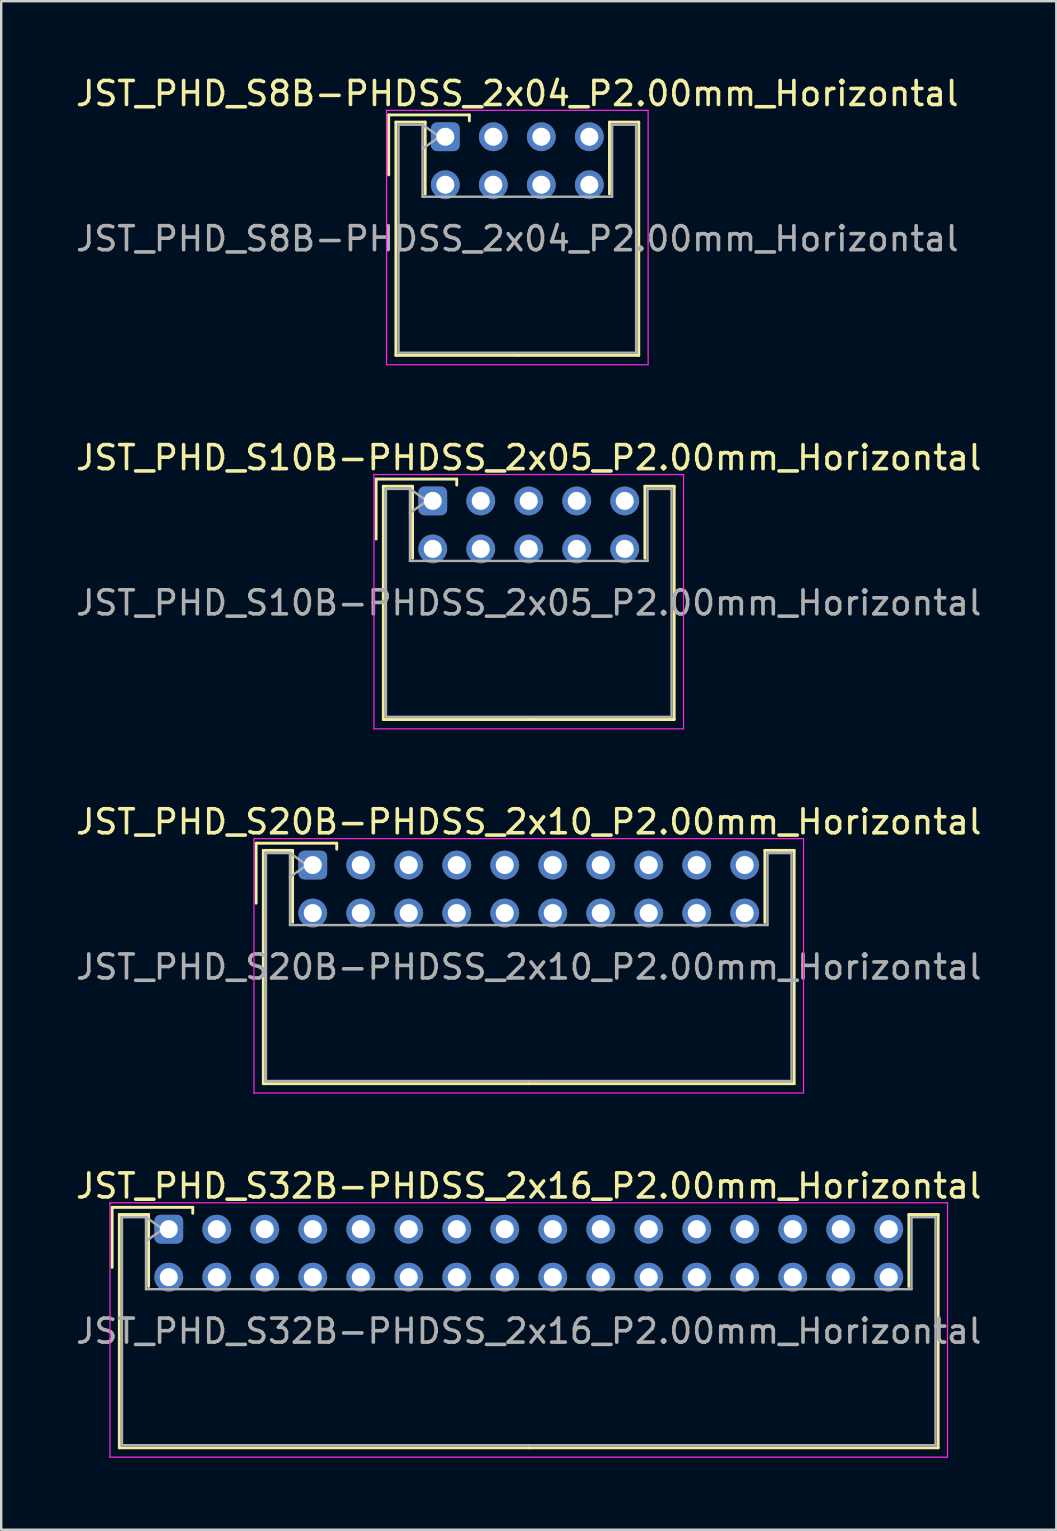
<source format=kicad_pcb>
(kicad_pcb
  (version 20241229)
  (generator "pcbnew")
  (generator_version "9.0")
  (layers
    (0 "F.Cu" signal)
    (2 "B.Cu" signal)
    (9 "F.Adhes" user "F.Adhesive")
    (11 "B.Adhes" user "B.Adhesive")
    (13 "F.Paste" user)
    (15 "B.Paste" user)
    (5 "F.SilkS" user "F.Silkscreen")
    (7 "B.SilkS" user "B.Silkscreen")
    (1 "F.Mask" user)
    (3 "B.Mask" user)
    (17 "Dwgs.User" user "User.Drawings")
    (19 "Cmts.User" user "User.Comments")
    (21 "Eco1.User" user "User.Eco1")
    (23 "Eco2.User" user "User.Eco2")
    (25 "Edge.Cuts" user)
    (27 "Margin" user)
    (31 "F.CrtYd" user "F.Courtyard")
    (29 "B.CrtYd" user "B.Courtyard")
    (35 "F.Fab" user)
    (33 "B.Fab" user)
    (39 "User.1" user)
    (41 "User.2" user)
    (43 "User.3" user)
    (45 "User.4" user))
  (footprint "JST_PHD_S10B-PHDSS_2x05_P2.00mm_Horizontal"
    (layer "F.Cu")
    (at 14.982 17.822)
    (property "Reference" "JST_PHD_S10B-PHDSS_2x05_P2.00mm_Horizontal" (at 4 -1.8 0) (layer "F.SilkS") (effects (font (size 1 1) (thickness 0.15))))
    (attr through_hole)
    (fp_line (start -2.36 -0.91) (end -2.36 1.59) (stroke (width 0.12) (type solid)) (layer "F.SilkS"))
    (fp_line (start -2.06 -0.61) (end -2.06 9.11) (stroke (width 0.12) (type solid)) (layer "F.SilkS"))
    (fp_line (start -2.06 9.11) (end 4 9.11) (stroke (width 0.12) (type solid)) (layer "F.SilkS"))
    (fp_line (start -0.84 -0.61) (end -2.06 -0.61) (stroke (width 0.12) (type solid)) (layer "F.SilkS"))
    (fp_line (start -0.84 2.39) (end -0.84 -0.61) (stroke (width 0.12) (type solid)) (layer "F.SilkS"))
    (fp_line (start 1 -0.91) (end -2.36 -0.91) (stroke (width 0.12) (type solid)) (layer "F.SilkS"))
    (fp_line (start 1 -0.66) (end 1 -0.91) (stroke (width 0.12) (type solid)) (layer "F.SilkS"))
    (fp_line (start 8.84 -0.61) (end 10.06 -0.61) (stroke (width 0.12) (type solid)) (layer "F.SilkS"))
    (fp_line (start 8.84 2.39) (end 8.84 -0.61) (stroke (width 0.12) (type solid)) (layer "F.SilkS"))
    (fp_line (start 10.06 -0.61) (end 10.06 9.11) (stroke (width 0.12) (type solid)) (layer "F.SilkS"))
    (fp_line (start 10.06 9.11) (end 4 9.11) (stroke (width 0.12) (type solid)) (layer "F.SilkS"))
    (fp_line (start -2.45 -1.1) (end -2.45 9.5) (stroke (width 0.05) (type solid)) (layer "F.CrtYd"))
    (fp_line (start -2.45 9.5) (end 10.45 9.5) (stroke (width 0.05) (type solid)) (layer "F.CrtYd"))
    (fp_line (start 10.45 -1.1) (end -2.45 -1.1) (stroke (width 0.05) (type solid)) (layer "F.CrtYd"))
    (fp_line (start 10.45 9.5) (end 10.45 -1.1) (stroke (width 0.05) (type solid)) (layer "F.CrtYd"))
    (fp_line (start -1.95 -0.5) (end -0.95 -0.5) (stroke (width 0.1) (type solid)) (layer "F.Fab"))
    (fp_line (start -1.95 9) (end -1.95 -0.5) (stroke (width 0.1) (type solid)) (layer "F.Fab"))
    (fp_line (start -0.95 -0.5) (end -0.95 2.5) (stroke (width 0.1) (type solid)) (layer "F.Fab"))
    (fp_line (start -0.95 -0.5) (end -0.243 0) (stroke (width 0.1) (type solid)) (layer "F.Fab"))
    (fp_line (start -0.95 2.5) (end 8.95 2.5) (stroke (width 0.1) (type solid)) (layer "F.Fab"))
    (fp_line (start -0.243 0) (end -0.95 0.5) (stroke (width 0.1) (type solid)) (layer "F.Fab"))
    (fp_line (start 8.95 -0.5) (end 9.95 -0.5) (stroke (width 0.1) (type solid)) (layer "F.Fab"))
    (fp_line (start 8.95 2.5) (end 8.95 -0.5) (stroke (width 0.1) (type solid)) (layer "F.Fab"))
    (fp_line (start 9.95 -0.5) (end 9.95 9) (stroke (width 0.1) (type solid)) (layer "F.Fab"))
    (fp_line (start 9.95 9) (end -1.95 9) (stroke (width 0.1) (type solid)) (layer "F.Fab"))
    (fp_text user "${REFERENCE}" (at 4 4.25 0) (layer "F.Fab") (effects (font (size 1 1) (thickness 0.15))))
    (pad "1" thru_hole roundrect (at 0 0) (size 1.2 1.2) (drill 0.75) (layers "*.Cu" "*.Mask") (roundrect_rratio 0.208))
    (pad "2" thru_hole circle (at 0 2) (size 1.2 1.2) (drill 0.75) (layers "*.Cu" "*.Mask"))
    (pad "3" thru_hole circle (at 2 0) (size 1.2 1.2) (drill 0.75) (layers "*.Cu" "*.Mask"))
    (pad "4" thru_hole circle (at 2 2) (size 1.2 1.2) (drill 0.75) (layers "*.Cu" "*.Mask"))
    (pad "5" thru_hole circle (at 4 0) (size 1.2 1.2) (drill 0.75) (layers "*.Cu" "*.Mask"))
    (pad "6" thru_hole circle (at 4 2) (size 1.2 1.2) (drill 0.75) (layers "*.Cu" "*.Mask"))
    (pad "7" thru_hole circle (at 6 0) (size 1.2 1.2) (drill 0.75) (layers "*.Cu" "*.Mask"))
    (pad "8" thru_hole circle (at 6 2) (size 1.2 1.2) (drill 0.75) (layers "*.Cu" "*.Mask"))
    (pad "9" thru_hole circle (at 8 0) (size 1.2 1.2) (drill 0.75) (layers "*.Cu" "*.Mask"))
    (pad "10" thru_hole circle (at 8 2) (size 1.2 1.2) (drill 0.75) (layers "*.Cu" "*.Mask")))
  (footprint "JST_PHD_S32B-PHDSS_2x16_P2.00mm_Horizontal"
    (layer "F.Cu")
    (at 3.982 48.168)
    (property "Reference" "JST_PHD_S32B-PHDSS_2x16_P2.00mm_Horizontal" (at 15 -1.8 0) (layer "F.SilkS") (effects (font (size 1 1) (thickness 0.15))))
    (attr through_hole)
    (fp_line (start -2.36 -0.91) (end -2.36 1.59) (stroke (width 0.12) (type solid)) (layer "F.SilkS"))
    (fp_line (start -2.06 -0.61) (end -2.06 9.11) (stroke (width 0.12) (type solid)) (layer "F.SilkS"))
    (fp_line (start -2.06 9.11) (end 15 9.11) (stroke (width 0.12) (type solid)) (layer "F.SilkS"))
    (fp_line (start -0.84 -0.61) (end -2.06 -0.61) (stroke (width 0.12) (type solid)) (layer "F.SilkS"))
    (fp_line (start -0.84 2.39) (end -0.84 -0.61) (stroke (width 0.12) (type solid)) (layer "F.SilkS"))
    (fp_line (start 1 -0.91) (end -2.36 -0.91) (stroke (width 0.12) (type solid)) (layer "F.SilkS"))
    (fp_line (start 1 -0.66) (end 1 -0.91) (stroke (width 0.12) (type solid)) (layer "F.SilkS"))
    (fp_line (start 30.84 -0.61) (end 32.06 -0.61) (stroke (width 0.12) (type solid)) (layer "F.SilkS"))
    (fp_line (start 30.84 2.39) (end 30.84 -0.61) (stroke (width 0.12) (type solid)) (layer "F.SilkS"))
    (fp_line (start 32.06 -0.61) (end 32.06 9.11) (stroke (width 0.12) (type solid)) (layer "F.SilkS"))
    (fp_line (start 32.06 9.11) (end 15 9.11) (stroke (width 0.12) (type solid)) (layer "F.SilkS"))
    (fp_line (start -2.45 -1.1) (end -2.45 9.5) (stroke (width 0.05) (type solid)) (layer "F.CrtYd"))
    (fp_line (start -2.45 9.5) (end 32.45 9.5) (stroke (width 0.05) (type solid)) (layer "F.CrtYd"))
    (fp_line (start 32.45 -1.1) (end -2.45 -1.1) (stroke (width 0.05) (type solid)) (layer "F.CrtYd"))
    (fp_line (start 32.45 9.5) (end 32.45 -1.1) (stroke (width 0.05) (type solid)) (layer "F.CrtYd"))
    (fp_line (start -1.95 -0.5) (end -0.95 -0.5) (stroke (width 0.1) (type solid)) (layer "F.Fab"))
    (fp_line (start -1.95 9) (end -1.95 -0.5) (stroke (width 0.1) (type solid)) (layer "F.Fab"))
    (fp_line (start -0.95 -0.5) (end -0.95 2.5) (stroke (width 0.1) (type solid)) (layer "F.Fab"))
    (fp_line (start -0.95 -0.5) (end -0.243 0) (stroke (width 0.1) (type solid)) (layer "F.Fab"))
    (fp_line (start -0.95 2.5) (end 30.95 2.5) (stroke (width 0.1) (type solid)) (layer "F.Fab"))
    (fp_line (start -0.243 0) (end -0.95 0.5) (stroke (width 0.1) (type solid)) (layer "F.Fab"))
    (fp_line (start 30.95 -0.5) (end 31.95 -0.5) (stroke (width 0.1) (type solid)) (layer "F.Fab"))
    (fp_line (start 30.95 2.5) (end 30.95 -0.5) (stroke (width 0.1) (type solid)) (layer "F.Fab"))
    (fp_line (start 31.95 -0.5) (end 31.95 9) (stroke (width 0.1) (type solid)) (layer "F.Fab"))
    (fp_line (start 31.95 9) (end -1.95 9) (stroke (width 0.1) (type solid)) (layer "F.Fab"))
    (fp_text user "${REFERENCE}" (at 15 4.25 0) (layer "F.Fab") (effects (font (size 1 1) (thickness 0.15))))
    (pad "1" thru_hole roundrect (at 0 0) (size 1.2 1.2) (drill 0.75) (layers "*.Cu" "*.Mask") (roundrect_rratio 0.208))
    (pad "2" thru_hole circle (at 0 2) (size 1.2 1.2) (drill 0.75) (layers "*.Cu" "*.Mask"))
    (pad "3" thru_hole circle (at 2 0) (size 1.2 1.2) (drill 0.75) (layers "*.Cu" "*.Mask"))
    (pad "4" thru_hole circle (at 2 2) (size 1.2 1.2) (drill 0.75) (layers "*.Cu" "*.Mask"))
    (pad "5" thru_hole circle (at 4 0) (size 1.2 1.2) (drill 0.75) (layers "*.Cu" "*.Mask"))
    (pad "6" thru_hole circle (at 4 2) (size 1.2 1.2) (drill 0.75) (layers "*.Cu" "*.Mask"))
    (pad "7" thru_hole circle (at 6 0) (size 1.2 1.2) (drill 0.75) (layers "*.Cu" "*.Mask"))
    (pad "8" thru_hole circle (at 6 2) (size 1.2 1.2) (drill 0.75) (layers "*.Cu" "*.Mask"))
    (pad "9" thru_hole circle (at 8 0) (size 1.2 1.2) (drill 0.75) (layers "*.Cu" "*.Mask"))
    (pad "10" thru_hole circle (at 8 2) (size 1.2 1.2) (drill 0.75) (layers "*.Cu" "*.Mask"))
    (pad "11" thru_hole circle (at 10 0) (size 1.2 1.2) (drill 0.75) (layers "*.Cu" "*.Mask"))
    (pad "12" thru_hole circle (at 10 2) (size 1.2 1.2) (drill 0.75) (layers "*.Cu" "*.Mask"))
    (pad "13" thru_hole circle (at 12 0) (size 1.2 1.2) (drill 0.75) (layers "*.Cu" "*.Mask"))
    (pad "14" thru_hole circle (at 12 2) (size 1.2 1.2) (drill 0.75) (layers "*.Cu" "*.Mask"))
    (pad "15" thru_hole circle (at 14 0) (size 1.2 1.2) (drill 0.75) (layers "*.Cu" "*.Mask"))
    (pad "16" thru_hole circle (at 14 2) (size 1.2 1.2) (drill 0.75) (layers "*.Cu" "*.Mask"))
    (pad "17" thru_hole circle (at 16 0) (size 1.2 1.2) (drill 0.75) (layers "*.Cu" "*.Mask"))
    (pad "18" thru_hole circle (at 16 2) (size 1.2 1.2) (drill 0.75) (layers "*.Cu" "*.Mask"))
    (pad "19" thru_hole circle (at 18 0) (size 1.2 1.2) (drill 0.75) (layers "*.Cu" "*.Mask"))
    (pad "20" thru_hole circle (at 18 2) (size 1.2 1.2) (drill 0.75) (layers "*.Cu" "*.Mask"))
    (pad "21" thru_hole circle (at 20 0) (size 1.2 1.2) (drill 0.75) (layers "*.Cu" "*.Mask"))
    (pad "22" thru_hole circle (at 20 2) (size 1.2 1.2) (drill 0.75) (layers "*.Cu" "*.Mask"))
    (pad "23" thru_hole circle (at 22 0) (size 1.2 1.2) (drill 0.75) (layers "*.Cu" "*.Mask"))
    (pad "24" thru_hole circle (at 22 2) (size 1.2 1.2) (drill 0.75) (layers "*.Cu" "*.Mask"))
    (pad "25" thru_hole circle (at 24 0) (size 1.2 1.2) (drill 0.75) (layers "*.Cu" "*.Mask"))
    (pad "26" thru_hole circle (at 24 2) (size 1.2 1.2) (drill 0.75) (layers "*.Cu" "*.Mask"))
    (pad "27" thru_hole circle (at 26 0) (size 1.2 1.2) (drill 0.75) (layers "*.Cu" "*.Mask"))
    (pad "28" thru_hole circle (at 26 2) (size 1.2 1.2) (drill 0.75) (layers "*.Cu" "*.Mask"))
    (pad "29" thru_hole circle (at 28 0) (size 1.2 1.2) (drill 0.75) (layers "*.Cu" "*.Mask"))
    (pad "30" thru_hole circle (at 28 2) (size 1.2 1.2) (drill 0.75) (layers "*.Cu" "*.Mask"))
    (pad "31" thru_hole circle (at 30 0) (size 1.2 1.2) (drill 0.75) (layers "*.Cu" "*.Mask"))
    (pad "32" thru_hole circle (at 30 2) (size 1.2 1.2) (drill 0.75) (layers "*.Cu" "*.Mask")))
  (footprint "JST_PHD_S8B-PHDSS_2x04_P2.00mm_Horizontal"
    (layer "F.Cu")
    (at 15.506 2.648)
    (property "Reference" "JST_PHD_S8B-PHDSS_2x04_P2.00mm_Horizontal" (at 3 -1.8 0) (layer "F.SilkS") (effects (font (size 1 1) (thickness 0.15))))
    (attr through_hole)
    (fp_line (start -2.36 -0.91) (end -2.36 1.59) (stroke (width 0.12) (type solid)) (layer "F.SilkS"))
    (fp_line (start -2.06 -0.61) (end -2.06 9.11) (stroke (width 0.12) (type solid)) (layer "F.SilkS"))
    (fp_line (start -2.06 9.11) (end 3 9.11) (stroke (width 0.12) (type solid)) (layer "F.SilkS"))
    (fp_line (start -0.84 -0.61) (end -2.06 -0.61) (stroke (width 0.12) (type solid)) (layer "F.SilkS"))
    (fp_line (start -0.84 2.39) (end -0.84 -0.61) (stroke (width 0.12) (type solid)) (layer "F.SilkS"))
    (fp_line (start 1 -0.91) (end -2.36 -0.91) (stroke (width 0.12) (type solid)) (layer "F.SilkS"))
    (fp_line (start 1 -0.66) (end 1 -0.91) (stroke (width 0.12) (type solid)) (layer "F.SilkS"))
    (fp_line (start 6.84 -0.61) (end 8.06 -0.61) (stroke (width 0.12) (type solid)) (layer "F.SilkS"))
    (fp_line (start 6.84 2.39) (end 6.84 -0.61) (stroke (width 0.12) (type solid)) (layer "F.SilkS"))
    (fp_line (start 8.06 -0.61) (end 8.06 9.11) (stroke (width 0.12) (type solid)) (layer "F.SilkS"))
    (fp_line (start 8.06 9.11) (end 3 9.11) (stroke (width 0.12) (type solid)) (layer "F.SilkS"))
    (fp_line (start -2.45 -1.1) (end -2.45 9.5) (stroke (width 0.05) (type solid)) (layer "F.CrtYd"))
    (fp_line (start -2.45 9.5) (end 8.45 9.5) (stroke (width 0.05) (type solid)) (layer "F.CrtYd"))
    (fp_line (start 8.45 -1.1) (end -2.45 -1.1) (stroke (width 0.05) (type solid)) (layer "F.CrtYd"))
    (fp_line (start 8.45 9.5) (end 8.45 -1.1) (stroke (width 0.05) (type solid)) (layer "F.CrtYd"))
    (fp_line (start -1.95 -0.5) (end -0.95 -0.5) (stroke (width 0.1) (type solid)) (layer "F.Fab"))
    (fp_line (start -1.95 9) (end -1.95 -0.5) (stroke (width 0.1) (type solid)) (layer "F.Fab"))
    (fp_line (start -0.95 -0.5) (end -0.95 2.5) (stroke (width 0.1) (type solid)) (layer "F.Fab"))
    (fp_line (start -0.95 -0.5) (end -0.243 0) (stroke (width 0.1) (type solid)) (layer "F.Fab"))
    (fp_line (start -0.95 2.5) (end 6.95 2.5) (stroke (width 0.1) (type solid)) (layer "F.Fab"))
    (fp_line (start -0.243 0) (end -0.95 0.5) (stroke (width 0.1) (type solid)) (layer "F.Fab"))
    (fp_line (start 6.95 -0.5) (end 7.95 -0.5) (stroke (width 0.1) (type solid)) (layer "F.Fab"))
    (fp_line (start 6.95 2.5) (end 6.95 -0.5) (stroke (width 0.1) (type solid)) (layer "F.Fab"))
    (fp_line (start 7.95 -0.5) (end 7.95 9) (stroke (width 0.1) (type solid)) (layer "F.Fab"))
    (fp_line (start 7.95 9) (end -1.95 9) (stroke (width 0.1) (type solid)) (layer "F.Fab"))
    (fp_text user "${REFERENCE}" (at 3 4.25 0) (layer "F.Fab") (effects (font (size 1 1) (thickness 0.15))))
    (pad "1" thru_hole roundrect (at 0 0) (size 1.2 1.2) (drill 0.75) (layers "*.Cu" "*.Mask") (roundrect_rratio 0.208))
    (pad "2" thru_hole circle (at 0 2) (size 1.2 1.2) (drill 0.75) (layers "*.Cu" "*.Mask"))
    (pad "3" thru_hole circle (at 2 0) (size 1.2 1.2) (drill 0.75) (layers "*.Cu" "*.Mask"))
    (pad "4" thru_hole circle (at 2 2) (size 1.2 1.2) (drill 0.75) (layers "*.Cu" "*.Mask"))
    (pad "5" thru_hole circle (at 4 0) (size 1.2 1.2) (drill 0.75) (layers "*.Cu" "*.Mask"))
    (pad "6" thru_hole circle (at 4 2) (size 1.2 1.2) (drill 0.75) (layers "*.Cu" "*.Mask"))
    (pad "7" thru_hole circle (at 6 0) (size 1.2 1.2) (drill 0.75) (layers "*.Cu" "*.Mask"))
    (pad "8" thru_hole circle (at 6 2) (size 1.2 1.2) (drill 0.75) (layers "*.Cu" "*.Mask")))
  (footprint "JST_PHD_S20B-PHDSS_2x10_P2.00mm_Horizontal"
    (layer "F.Cu")
    (at 9.982 32.995)
    (property "Reference" "JST_PHD_S20B-PHDSS_2x10_P2.00mm_Horizontal" (at 9 -1.8 0) (layer "F.SilkS") (effects (font (size 1 1) (thickness 0.15))))
    (attr through_hole)
    (fp_line (start -2.36 -0.91) (end -2.36 1.59) (stroke (width 0.12) (type solid)) (layer "F.SilkS"))
    (fp_line (start -2.06 -0.61) (end -2.06 9.11) (stroke (width 0.12) (type solid)) (layer "F.SilkS"))
    (fp_line (start -2.06 9.11) (end 9 9.11) (stroke (width 0.12) (type solid)) (layer "F.SilkS"))
    (fp_line (start -0.84 -0.61) (end -2.06 -0.61) (stroke (width 0.12) (type solid)) (layer "F.SilkS"))
    (fp_line (start -0.84 2.39) (end -0.84 -0.61) (stroke (width 0.12) (type solid)) (layer "F.SilkS"))
    (fp_line (start 1 -0.91) (end -2.36 -0.91) (stroke (width 0.12) (type solid)) (layer "F.SilkS"))
    (fp_line (start 1 -0.66) (end 1 -0.91) (stroke (width 0.12) (type solid)) (layer "F.SilkS"))
    (fp_line (start 18.84 -0.61) (end 20.06 -0.61) (stroke (width 0.12) (type solid)) (layer "F.SilkS"))
    (fp_line (start 18.84 2.39) (end 18.84 -0.61) (stroke (width 0.12) (type solid)) (layer "F.SilkS"))
    (fp_line (start 20.06 -0.61) (end 20.06 9.11) (stroke (width 0.12) (type solid)) (layer "F.SilkS"))
    (fp_line (start 20.06 9.11) (end 9 9.11) (stroke (width 0.12) (type solid)) (layer "F.SilkS"))
    (fp_line (start -2.45 -1.1) (end -2.45 9.5) (stroke (width 0.05) (type solid)) (layer "F.CrtYd"))
    (fp_line (start -2.45 9.5) (end 20.45 9.5) (stroke (width 0.05) (type solid)) (layer "F.CrtYd"))
    (fp_line (start 20.45 -1.1) (end -2.45 -1.1) (stroke (width 0.05) (type solid)) (layer "F.CrtYd"))
    (fp_line (start 20.45 9.5) (end 20.45 -1.1) (stroke (width 0.05) (type solid)) (layer "F.CrtYd"))
    (fp_line (start -1.95 -0.5) (end -0.95 -0.5) (stroke (width 0.1) (type solid)) (layer "F.Fab"))
    (fp_line (start -1.95 9) (end -1.95 -0.5) (stroke (width 0.1) (type solid)) (layer "F.Fab"))
    (fp_line (start -0.95 -0.5) (end -0.95 2.5) (stroke (width 0.1) (type solid)) (layer "F.Fab"))
    (fp_line (start -0.95 -0.5) (end -0.243 0) (stroke (width 0.1) (type solid)) (layer "F.Fab"))
    (fp_line (start -0.95 2.5) (end 18.95 2.5) (stroke (width 0.1) (type solid)) (layer "F.Fab"))
    (fp_line (start -0.243 0) (end -0.95 0.5) (stroke (width 0.1) (type solid)) (layer "F.Fab"))
    (fp_line (start 18.95 -0.5) (end 19.95 -0.5) (stroke (width 0.1) (type solid)) (layer "F.Fab"))
    (fp_line (start 18.95 2.5) (end 18.95 -0.5) (stroke (width 0.1) (type solid)) (layer "F.Fab"))
    (fp_line (start 19.95 -0.5) (end 19.95 9) (stroke (width 0.1) (type solid)) (layer "F.Fab"))
    (fp_line (start 19.95 9) (end -1.95 9) (stroke (width 0.1) (type solid)) (layer "F.Fab"))
    (fp_text user "${REFERENCE}" (at 9 4.25 0) (layer "F.Fab") (effects (font (size 1 1) (thickness 0.15))))
    (pad "1" thru_hole roundrect (at 0 0) (size 1.2 1.2) (drill 0.75) (layers "*.Cu" "*.Mask") (roundrect_rratio 0.208))
    (pad "2" thru_hole circle (at 0 2) (size 1.2 1.2) (drill 0.75) (layers "*.Cu" "*.Mask"))
    (pad "3" thru_hole circle (at 2 0) (size 1.2 1.2) (drill 0.75) (layers "*.Cu" "*.Mask"))
    (pad "4" thru_hole circle (at 2 2) (size 1.2 1.2) (drill 0.75) (layers "*.Cu" "*.Mask"))
    (pad "5" thru_hole circle (at 4 0) (size 1.2 1.2) (drill 0.75) (layers "*.Cu" "*.Mask"))
    (pad "6" thru_hole circle (at 4 2) (size 1.2 1.2) (drill 0.75) (layers "*.Cu" "*.Mask"))
    (pad "7" thru_hole circle (at 6 0) (size 1.2 1.2) (drill 0.75) (layers "*.Cu" "*.Mask"))
    (pad "8" thru_hole circle (at 6 2) (size 1.2 1.2) (drill 0.75) (layers "*.Cu" "*.Mask"))
    (pad "9" thru_hole circle (at 8 0) (size 1.2 1.2) (drill 0.75) (layers "*.Cu" "*.Mask"))
    (pad "10" thru_hole circle (at 8 2) (size 1.2 1.2) (drill 0.75) (layers "*.Cu" "*.Mask"))
    (pad "11" thru_hole circle (at 10 0) (size 1.2 1.2) (drill 0.75) (layers "*.Cu" "*.Mask"))
    (pad "12" thru_hole circle (at 10 2) (size 1.2 1.2) (drill 0.75) (layers "*.Cu" "*.Mask"))
    (pad "13" thru_hole circle (at 12 0) (size 1.2 1.2) (drill 0.75) (layers "*.Cu" "*.Mask"))
    (pad "14" thru_hole circle (at 12 2) (size 1.2 1.2) (drill 0.75) (layers "*.Cu" "*.Mask"))
    (pad "15" thru_hole circle (at 14 0) (size 1.2 1.2) (drill 0.75) (layers "*.Cu" "*.Mask"))
    (pad "16" thru_hole circle (at 14 2) (size 1.2 1.2) (drill 0.75) (layers "*.Cu" "*.Mask"))
    (pad "17" thru_hole circle (at 16 0) (size 1.2 1.2) (drill 0.75) (layers "*.Cu" "*.Mask"))
    (pad "18" thru_hole circle (at 16 2) (size 1.2 1.2) (drill 0.75) (layers "*.Cu" "*.Mask"))
    (pad "19" thru_hole circle (at 18 0) (size 1.2 1.2) (drill 0.75) (layers "*.Cu" "*.Mask"))
    (pad "20" thru_hole circle (at 18 2) (size 1.2 1.2) (drill 0.75) (layers "*.Cu" "*.Mask")))
  (gr_rect
    (start -3 -3)
    (end 40.964 60.693)
    (stroke (width 0.1) (type default))
    (fill no)
    (layer "Edge.Cuts")))
</source>
